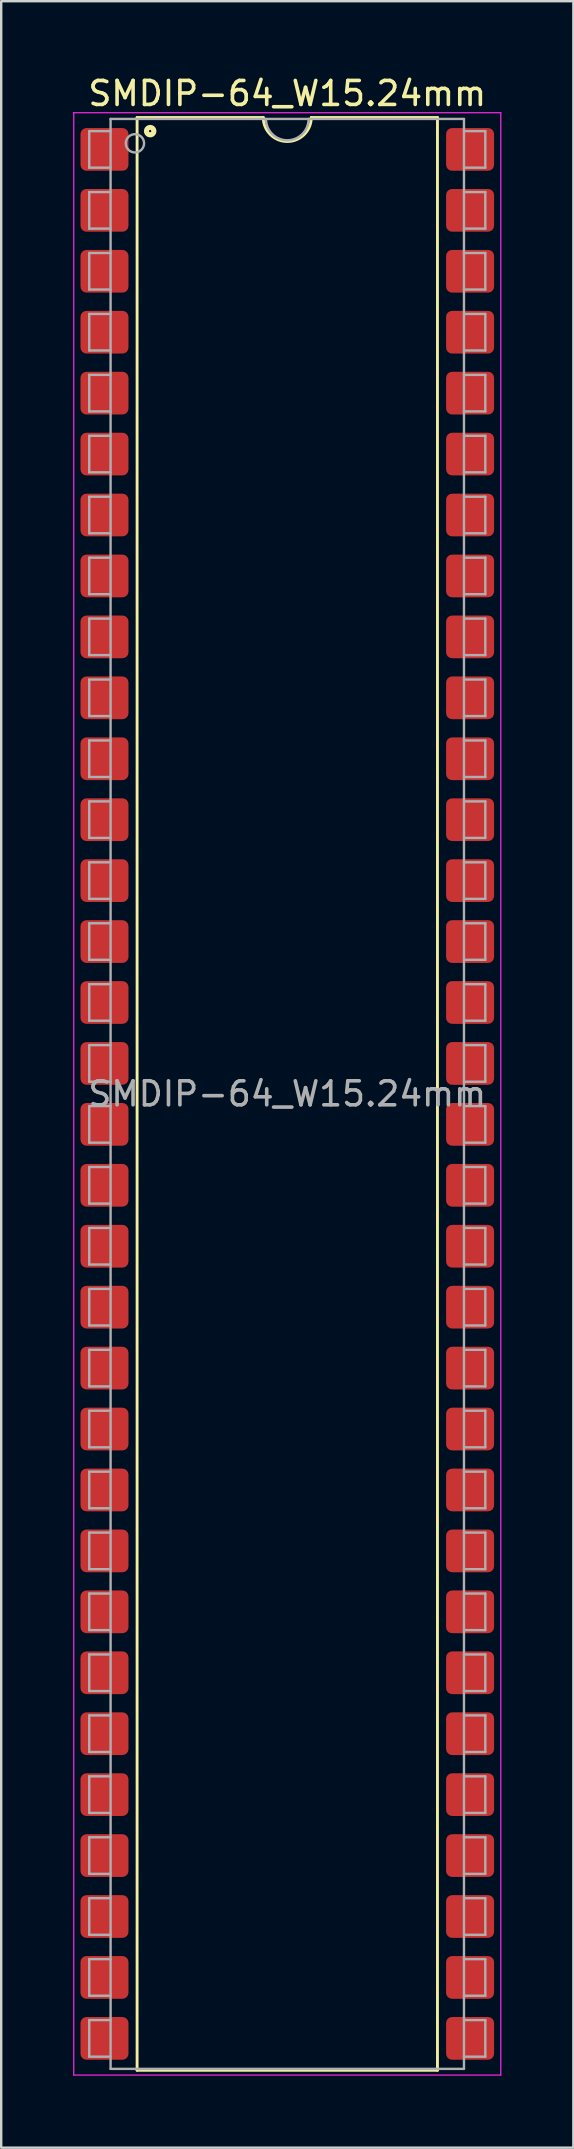
<source format=kicad_pcb>
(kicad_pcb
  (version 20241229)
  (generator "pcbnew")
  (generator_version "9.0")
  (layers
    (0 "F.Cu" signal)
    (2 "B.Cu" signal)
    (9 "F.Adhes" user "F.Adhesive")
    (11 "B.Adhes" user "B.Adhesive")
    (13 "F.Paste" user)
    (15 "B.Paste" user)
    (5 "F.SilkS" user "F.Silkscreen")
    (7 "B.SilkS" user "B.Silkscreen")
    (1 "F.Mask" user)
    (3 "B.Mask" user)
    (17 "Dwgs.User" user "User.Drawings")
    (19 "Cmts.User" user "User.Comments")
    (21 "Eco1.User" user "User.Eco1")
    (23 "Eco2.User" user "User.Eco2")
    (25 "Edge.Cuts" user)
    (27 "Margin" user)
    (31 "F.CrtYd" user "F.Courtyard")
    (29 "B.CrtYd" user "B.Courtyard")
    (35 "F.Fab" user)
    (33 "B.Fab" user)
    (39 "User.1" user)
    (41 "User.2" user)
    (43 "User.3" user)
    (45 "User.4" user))
  (footprint "SMDIP-64_W15.24mm"
    (layer "F.Cu")
    (at 8.925 42.548)
    (property "Reference" "SMDIP-64_W15.24mm" (at 0 -41.7 0) (layer "F.SilkS") (effects (font (size 1 1) (thickness 0.15))))
    (attr smd)
    (fp_line (start -6.26 -40.7) (end -6.26 40.7) (stroke (width 0.12) (type solid)) (layer "F.SilkS"))
    (fp_line (start -6.26 40.7) (end 6.26 40.7) (stroke (width 0.12) (type solid)) (layer "F.SilkS"))
    (fp_line (start -1 -40.7) (end -6.26 -40.7) (stroke (width 0.12) (type solid)) (layer "F.SilkS"))
    (fp_line (start 6.26 -40.7) (end 1 -40.7) (stroke (width 0.12) (type solid)) (layer "F.SilkS"))
    (fp_line (start 6.26 40.7) (end 6.26 -40.7) (stroke (width 0.12) (type solid)) (layer "F.SilkS"))
    (fp_arc (start 1 -40.7) (mid 0 -39.7) (end -1 -40.7) (stroke (width 0.12) (type solid)) (layer "F.SilkS"))
    (fp_circle (center -5.715 -40.132) (end -5.665 -40.132) (stroke (width 0.12) (type solid)) (fill no) (layer "F.SilkS"))
    (fp_circle (center -5.715 -40.132) (end -5.59 -40.132) (stroke (width 0.12) (type solid)) (fill no) (layer "F.SilkS"))
    (fp_circle (center -5.715 -40.132) (end -5.515 -40.132) (stroke (width 0.12) (type solid)) (fill no) (layer "F.SilkS"))
    (fp_line (start -8.9 -40.9) (end -8.9 40.9) (stroke (width 0.05) (type solid)) (layer "F.CrtYd"))
    (fp_line (start -8.9 40.9) (end 8.9 40.9) (stroke (width 0.05) (type solid)) (layer "F.CrtYd"))
    (fp_line (start 8.9 -40.9) (end -8.9 -40.9) (stroke (width 0.05) (type solid)) (layer "F.CrtYd"))
    (fp_line (start 8.9 40.9) (end 8.9 -40.9) (stroke (width 0.05) (type solid)) (layer "F.CrtYd"))
    (fp_line (start -8.255 -40.132) (end -8.255 -38.608) (stroke (width 0.1) (type solid)) (layer "F.Fab"))
    (fp_line (start -8.255 -40.132) (end -7.366 -40.132) (stroke (width 0.1) (type solid)) (layer "F.Fab"))
    (fp_line (start -8.255 -38.608) (end -7.366 -38.608) (stroke (width 0.1) (type solid)) (layer "F.Fab"))
    (fp_line (start -8.255 -37.592) (end -8.255 -36.068) (stroke (width 0.1) (type solid)) (layer "F.Fab"))
    (fp_line (start -8.255 -37.592) (end -7.366 -37.592) (stroke (width 0.1) (type solid)) (layer "F.Fab"))
    (fp_line (start -8.255 -36.068) (end -7.366 -36.068) (stroke (width 0.1) (type solid)) (layer "F.Fab"))
    (fp_line (start -8.255 -35.052) (end -8.255 -33.528) (stroke (width 0.1) (type solid)) (layer "F.Fab"))
    (fp_line (start -8.255 -35.052) (end -7.366 -35.052) (stroke (width 0.1) (type solid)) (layer "F.Fab"))
    (fp_line (start -8.255 -33.528) (end -7.366 -33.528) (stroke (width 0.1) (type solid)) (layer "F.Fab"))
    (fp_line (start -8.255 -32.512) (end -8.255 -30.988) (stroke (width 0.1) (type solid)) (layer "F.Fab"))
    (fp_line (start -8.255 -32.512) (end -7.366 -32.512) (stroke (width 0.1) (type solid)) (layer "F.Fab"))
    (fp_line (start -8.255 -30.988) (end -7.366 -30.988) (stroke (width 0.1) (type solid)) (layer "F.Fab"))
    (fp_line (start -8.255 -29.972) (end -8.255 -28.448) (stroke (width 0.1) (type solid)) (layer "F.Fab"))
    (fp_line (start -8.255 -29.972) (end -7.366 -29.972) (stroke (width 0.1) (type solid)) (layer "F.Fab"))
    (fp_line (start -8.255 -28.448) (end -7.366 -28.448) (stroke (width 0.1) (type solid)) (layer "F.Fab"))
    (fp_line (start -8.255 -27.432) (end -8.255 -25.908) (stroke (width 0.1) (type solid)) (layer "F.Fab"))
    (fp_line (start -8.255 -27.432) (end -7.366 -27.432) (stroke (width 0.1) (type solid)) (layer "F.Fab"))
    (fp_line (start -8.255 -25.908) (end -7.366 -25.908) (stroke (width 0.1) (type solid)) (layer "F.Fab"))
    (fp_line (start -8.255 -24.892) (end -8.255 -23.368) (stroke (width 0.1) (type solid)) (layer "F.Fab"))
    (fp_line (start -8.255 -24.892) (end -7.366 -24.892) (stroke (width 0.1) (type solid)) (layer "F.Fab"))
    (fp_line (start -8.255 -23.368) (end -7.366 -23.368) (stroke (width 0.1) (type solid)) (layer "F.Fab"))
    (fp_line (start -8.255 -22.352) (end -8.255 -20.828) (stroke (width 0.1) (type solid)) (layer "F.Fab"))
    (fp_line (start -8.255 -22.352) (end -7.366 -22.352) (stroke (width 0.1) (type solid)) (layer "F.Fab"))
    (fp_line (start -8.255 -20.828) (end -7.366 -20.828) (stroke (width 0.1) (type solid)) (layer "F.Fab"))
    (fp_line (start -8.255 -19.812) (end -8.255 -18.288) (stroke (width 0.1) (type solid)) (layer "F.Fab"))
    (fp_line (start -8.255 -19.812) (end -7.366 -19.812) (stroke (width 0.1) (type solid)) (layer "F.Fab"))
    (fp_line (start -8.255 -18.288) (end -7.366 -18.288) (stroke (width 0.1) (type solid)) (layer "F.Fab"))
    (fp_line (start -8.255 -17.272) (end -8.255 -15.748) (stroke (width 0.1) (type solid)) (layer "F.Fab"))
    (fp_line (start -8.255 -17.272) (end -7.366 -17.272) (stroke (width 0.1) (type solid)) (layer "F.Fab"))
    (fp_line (start -8.255 -15.748) (end -7.366 -15.748) (stroke (width 0.1) (type solid)) (layer "F.Fab"))
    (fp_line (start -8.255 -14.732) (end -8.255 -13.208) (stroke (width 0.1) (type solid)) (layer "F.Fab"))
    (fp_line (start -8.255 -14.732) (end -7.366 -14.732) (stroke (width 0.1) (type solid)) (layer "F.Fab"))
    (fp_line (start -8.255 -13.208) (end -7.366 -13.208) (stroke (width 0.1) (type solid)) (layer "F.Fab"))
    (fp_line (start -8.255 -12.192) (end -8.255 -10.668) (stroke (width 0.1) (type solid)) (layer "F.Fab"))
    (fp_line (start -8.255 -12.192) (end -7.366 -12.192) (stroke (width 0.1) (type solid)) (layer "F.Fab"))
    (fp_line (start -8.255 -10.668) (end -7.366 -10.668) (stroke (width 0.1) (type solid)) (layer "F.Fab"))
    (fp_line (start -8.255 -9.652) (end -8.255 -8.128) (stroke (width 0.1) (type solid)) (layer "F.Fab"))
    (fp_line (start -8.255 -9.652) (end -7.366 -9.652) (stroke (width 0.1) (type solid)) (layer "F.Fab"))
    (fp_line (start -8.255 -8.128) (end -7.366 -8.128) (stroke (width 0.1) (type solid)) (layer "F.Fab"))
    (fp_line (start -8.255 -7.112) (end -8.255 -5.588) (stroke (width 0.1) (type solid)) (layer "F.Fab"))
    (fp_line (start -8.255 -7.112) (end -7.366 -7.112) (stroke (width 0.1) (type solid)) (layer "F.Fab"))
    (fp_line (start -8.255 -5.588) (end -7.366 -5.588) (stroke (width 0.1) (type solid)) (layer "F.Fab"))
    (fp_line (start -8.255 -4.572) (end -8.255 -3.048) (stroke (width 0.1) (type solid)) (layer "F.Fab"))
    (fp_line (start -8.255 -4.572) (end -7.366 -4.572) (stroke (width 0.1) (type solid)) (layer "F.Fab"))
    (fp_line (start -8.255 -3.048) (end -7.366 -3.048) (stroke (width 0.1) (type solid)) (layer "F.Fab"))
    (fp_line (start -8.255 -2.032) (end -8.255 -0.508) (stroke (width 0.1) (type solid)) (layer "F.Fab"))
    (fp_line (start -8.255 -2.032) (end -7.366 -2.032) (stroke (width 0.1) (type solid)) (layer "F.Fab"))
    (fp_line (start -8.255 -0.508) (end -7.366 -0.508) (stroke (width 0.1) (type solid)) (layer "F.Fab"))
    (fp_line (start -8.255 0.508) (end -8.255 2.032) (stroke (width 0.1) (type solid)) (layer "F.Fab"))
    (fp_line (start -8.255 0.508) (end -7.366 0.508) (stroke (width 0.1) (type solid)) (layer "F.Fab"))
    (fp_line (start -8.255 2.032) (end -7.366 2.032) (stroke (width 0.1) (type solid)) (layer "F.Fab"))
    (fp_line (start -8.255 3.048) (end -8.255 4.572) (stroke (width 0.1) (type solid)) (layer "F.Fab"))
    (fp_line (start -8.255 3.048) (end -7.366 3.048) (stroke (width 0.1) (type solid)) (layer "F.Fab"))
    (fp_line (start -8.255 4.572) (end -7.366 4.572) (stroke (width 0.1) (type solid)) (layer "F.Fab"))
    (fp_line (start -8.255 5.588) (end -8.255 7.112) (stroke (width 0.1) (type solid)) (layer "F.Fab"))
    (fp_line (start -8.255 5.588) (end -7.366 5.588) (stroke (width 0.1) (type solid)) (layer "F.Fab"))
    (fp_line (start -8.255 7.112) (end -7.366 7.112) (stroke (width 0.1) (type solid)) (layer "F.Fab"))
    (fp_line (start -8.255 8.128) (end -8.255 9.652) (stroke (width 0.1) (type solid)) (layer "F.Fab"))
    (fp_line (start -8.255 8.128) (end -7.366 8.128) (stroke (width 0.1) (type solid)) (layer "F.Fab"))
    (fp_line (start -8.255 9.652) (end -7.366 9.652) (stroke (width 0.1) (type solid)) (layer "F.Fab"))
    (fp_line (start -8.255 10.668) (end -8.255 12.192) (stroke (width 0.1) (type solid)) (layer "F.Fab"))
    (fp_line (start -8.255 10.668) (end -7.366 10.668) (stroke (width 0.1) (type solid)) (layer "F.Fab"))
    (fp_line (start -8.255 12.192) (end -7.366 12.192) (stroke (width 0.1) (type solid)) (layer "F.Fab"))
    (fp_line (start -8.255 13.208) (end -8.255 14.732) (stroke (width 0.1) (type solid)) (layer "F.Fab"))
    (fp_line (start -8.255 13.208) (end -7.366 13.208) (stroke (width 0.1) (type solid)) (layer "F.Fab"))
    (fp_line (start -8.255 14.732) (end -7.366 14.732) (stroke (width 0.1) (type solid)) (layer "F.Fab"))
    (fp_line (start -8.255 15.748) (end -8.255 17.272) (stroke (width 0.1) (type solid)) (layer "F.Fab"))
    (fp_line (start -8.255 15.748) (end -7.366 15.748) (stroke (width 0.1) (type solid)) (layer "F.Fab"))
    (fp_line (start -8.255 17.272) (end -7.366 17.272) (stroke (width 0.1) (type solid)) (layer "F.Fab"))
    (fp_line (start -8.255 18.288) (end -8.255 19.812) (stroke (width 0.1) (type solid)) (layer "F.Fab"))
    (fp_line (start -8.255 18.288) (end -7.366 18.288) (stroke (width 0.1) (type solid)) (layer "F.Fab"))
    (fp_line (start -8.255 19.812) (end -7.366 19.812) (stroke (width 0.1) (type solid)) (layer "F.Fab"))
    (fp_line (start -8.255 20.828) (end -8.255 22.352) (stroke (width 0.1) (type solid)) (layer "F.Fab"))
    (fp_line (start -8.255 20.828) (end -7.366 20.828) (stroke (width 0.1) (type solid)) (layer "F.Fab"))
    (fp_line (start -8.255 22.352) (end -7.366 22.352) (stroke (width 0.1) (type solid)) (layer "F.Fab"))
    (fp_line (start -8.255 23.368) (end -8.255 24.892) (stroke (width 0.1) (type solid)) (layer "F.Fab"))
    (fp_line (start -8.255 23.368) (end -7.366 23.368) (stroke (width 0.1) (type solid)) (layer "F.Fab"))
    (fp_line (start -8.255 24.892) (end -7.366 24.892) (stroke (width 0.1) (type solid)) (layer "F.Fab"))
    (fp_line (start -8.255 25.908) (end -8.255 27.432) (stroke (width 0.1) (type solid)) (layer "F.Fab"))
    (fp_line (start -8.255 25.908) (end -7.366 25.908) (stroke (width 0.1) (type solid)) (layer "F.Fab"))
    (fp_line (start -8.255 27.432) (end -7.366 27.432) (stroke (width 0.1) (type solid)) (layer "F.Fab"))
    (fp_line (start -8.255 28.448) (end -8.255 29.972) (stroke (width 0.1) (type solid)) (layer "F.Fab"))
    (fp_line (start -8.255 28.448) (end -7.366 28.448) (stroke (width 0.1) (type solid)) (layer "F.Fab"))
    (fp_line (start -8.255 29.972) (end -7.366 29.972) (stroke (width 0.1) (type solid)) (layer "F.Fab"))
    (fp_line (start -8.255 30.988) (end -8.255 32.512) (stroke (width 0.1) (type solid)) (layer "F.Fab"))
    (fp_line (start -8.255 30.988) (end -7.366 30.988) (stroke (width 0.1) (type solid)) (layer "F.Fab"))
    (fp_line (start -8.255 32.512) (end -7.366 32.512) (stroke (width 0.1) (type solid)) (layer "F.Fab"))
    (fp_line (start -8.255 33.528) (end -8.255 35.052) (stroke (width 0.1) (type solid)) (layer "F.Fab"))
    (fp_line (start -8.255 33.528) (end -7.366 33.528) (stroke (width 0.1) (type solid)) (layer "F.Fab"))
    (fp_line (start -8.255 35.052) (end -7.366 35.052) (stroke (width 0.1) (type solid)) (layer "F.Fab"))
    (fp_line (start -8.255 36.068) (end -8.255 37.592) (stroke (width 0.1) (type solid)) (layer "F.Fab"))
    (fp_line (start -8.255 36.068) (end -7.366 36.068) (stroke (width 0.1) (type solid)) (layer "F.Fab"))
    (fp_line (start -8.255 37.592) (end -7.366 37.592) (stroke (width 0.1) (type solid)) (layer "F.Fab"))
    (fp_line (start -8.255 38.608) (end -8.255 40.132) (stroke (width 0.1) (type solid)) (layer "F.Fab"))
    (fp_line (start -8.255 38.608) (end -7.366 38.608) (stroke (width 0.1) (type solid)) (layer "F.Fab"))
    (fp_line (start -8.255 40.132) (end -7.366 40.132) (stroke (width 0.1) (type solid)) (layer "F.Fab"))
    (fp_line (start -7.366 -40.64) (end 7.365 -40.64) (stroke (width 0.1) (type solid)) (layer "F.Fab"))
    (fp_line (start -7.365 40.64) (end -7.366 -40.64) (stroke (width 0.1) (type solid)) (layer "F.Fab"))
    (fp_line (start 7.365 -40.64) (end 7.365 40.64) (stroke (width 0.1) (type solid)) (layer "F.Fab"))
    (fp_line (start 7.365 40.64) (end -7.365 40.64) (stroke (width 0.1) (type solid)) (layer "F.Fab"))
    (fp_line (start 8.255 -40.132) (end 7.366 -40.132) (stroke (width 0.1) (type solid)) (layer "F.Fab"))
    (fp_line (start 8.255 -38.608) (end 7.366 -38.608) (stroke (width 0.1) (type solid)) (layer "F.Fab"))
    (fp_line (start 8.255 -38.608) (end 8.255 -40.132) (stroke (width 0.1) (type solid)) (layer "F.Fab"))
    (fp_line (start 8.255 -37.592) (end 7.366 -37.592) (stroke (width 0.1) (type solid)) (layer "F.Fab"))
    (fp_line (start 8.255 -36.068) (end 7.366 -36.068) (stroke (width 0.1) (type solid)) (layer "F.Fab"))
    (fp_line (start 8.255 -36.068) (end 8.255 -37.592) (stroke (width 0.1) (type solid)) (layer "F.Fab"))
    (fp_line (start 8.255 -35.052) (end 7.366 -35.052) (stroke (width 0.1) (type solid)) (layer "F.Fab"))
    (fp_line (start 8.255 -33.528) (end 7.366 -33.528) (stroke (width 0.1) (type solid)) (layer "F.Fab"))
    (fp_line (start 8.255 -33.528) (end 8.255 -35.052) (stroke (width 0.1) (type solid)) (layer "F.Fab"))
    (fp_line (start 8.255 -32.512) (end 7.366 -32.512) (stroke (width 0.1) (type solid)) (layer "F.Fab"))
    (fp_line (start 8.255 -30.988) (end 7.366 -30.988) (stroke (width 0.1) (type solid)) (layer "F.Fab"))
    (fp_line (start 8.255 -30.988) (end 8.255 -32.512) (stroke (width 0.1) (type solid)) (layer "F.Fab"))
    (fp_line (start 8.255 -29.972) (end 7.366 -29.972) (stroke (width 0.1) (type solid)) (layer "F.Fab"))
    (fp_line (start 8.255 -28.448) (end 7.366 -28.448) (stroke (width 0.1) (type solid)) (layer "F.Fab"))
    (fp_line (start 8.255 -28.448) (end 8.255 -29.972) (stroke (width 0.1) (type solid)) (layer "F.Fab"))
    (fp_line (start 8.255 -27.432) (end 7.366 -27.432) (stroke (width 0.1) (type solid)) (layer "F.Fab"))
    (fp_line (start 8.255 -25.908) (end 7.366 -25.908) (stroke (width 0.1) (type solid)) (layer "F.Fab"))
    (fp_line (start 8.255 -25.908) (end 8.255 -27.432) (stroke (width 0.1) (type solid)) (layer "F.Fab"))
    (fp_line (start 8.255 -24.892) (end 7.366 -24.892) (stroke (width 0.1) (type solid)) (layer "F.Fab"))
    (fp_line (start 8.255 -23.368) (end 7.366 -23.368) (stroke (width 0.1) (type solid)) (layer "F.Fab"))
    (fp_line (start 8.255 -23.368) (end 8.255 -24.892) (stroke (width 0.1) (type solid)) (layer "F.Fab"))
    (fp_line (start 8.255 -22.352) (end 7.366 -22.352) (stroke (width 0.1) (type solid)) (layer "F.Fab"))
    (fp_line (start 8.255 -20.828) (end 7.366 -20.828) (stroke (width 0.1) (type solid)) (layer "F.Fab"))
    (fp_line (start 8.255 -20.828) (end 8.255 -22.352) (stroke (width 0.1) (type solid)) (layer "F.Fab"))
    (fp_line (start 8.255 -19.812) (end 7.366 -19.812) (stroke (width 0.1) (type solid)) (layer "F.Fab"))
    (fp_line (start 8.255 -18.288) (end 7.366 -18.288) (stroke (width 0.1) (type solid)) (layer "F.Fab"))
    (fp_line (start 8.255 -18.288) (end 8.255 -19.812) (stroke (width 0.1) (type solid)) (layer "F.Fab"))
    (fp_line (start 8.255 -17.272) (end 7.366 -17.272) (stroke (width 0.1) (type solid)) (layer "F.Fab"))
    (fp_line (start 8.255 -15.748) (end 7.366 -15.748) (stroke (width 0.1) (type solid)) (layer "F.Fab"))
    (fp_line (start 8.255 -15.748) (end 8.255 -17.272) (stroke (width 0.1) (type solid)) (layer "F.Fab"))
    (fp_line (start 8.255 -14.732) (end 7.366 -14.732) (stroke (width 0.1) (type solid)) (layer "F.Fab"))
    (fp_line (start 8.255 -13.208) (end 7.366 -13.208) (stroke (width 0.1) (type solid)) (layer "F.Fab"))
    (fp_line (start 8.255 -13.208) (end 8.255 -14.732) (stroke (width 0.1) (type solid)) (layer "F.Fab"))
    (fp_line (start 8.255 -12.192) (end 7.366 -12.192) (stroke (width 0.1) (type solid)) (layer "F.Fab"))
    (fp_line (start 8.255 -10.668) (end 7.366 -10.668) (stroke (width 0.1) (type solid)) (layer "F.Fab"))
    (fp_line (start 8.255 -10.668) (end 8.255 -12.192) (stroke (width 0.1) (type solid)) (layer "F.Fab"))
    (fp_line (start 8.255 -9.652) (end 7.366 -9.652) (stroke (width 0.1) (type solid)) (layer "F.Fab"))
    (fp_line (start 8.255 -8.128) (end 7.366 -8.128) (stroke (width 0.1) (type solid)) (layer "F.Fab"))
    (fp_line (start 8.255 -8.128) (end 8.255 -9.652) (stroke (width 0.1) (type solid)) (layer "F.Fab"))
    (fp_line (start 8.255 -7.112) (end 7.366 -7.112) (stroke (width 0.1) (type solid)) (layer "F.Fab"))
    (fp_line (start 8.255 -5.588) (end 7.366 -5.588) (stroke (width 0.1) (type solid)) (layer "F.Fab"))
    (fp_line (start 8.255 -5.588) (end 8.255 -7.112) (stroke (width 0.1) (type solid)) (layer "F.Fab"))
    (fp_line (start 8.255 -4.572) (end 7.366 -4.572) (stroke (width 0.1) (type solid)) (layer "F.Fab"))
    (fp_line (start 8.255 -3.048) (end 7.366 -3.048) (stroke (width 0.1) (type solid)) (layer "F.Fab"))
    (fp_line (start 8.255 -3.048) (end 8.255 -4.572) (stroke (width 0.1) (type solid)) (layer "F.Fab"))
    (fp_line (start 8.255 -2.032) (end 7.366 -2.032) (stroke (width 0.1) (type solid)) (layer "F.Fab"))
    (fp_line (start 8.255 -0.508) (end 7.366 -0.508) (stroke (width 0.1) (type solid)) (layer "F.Fab"))
    (fp_line (start 8.255 -0.508) (end 8.255 -2.032) (stroke (width 0.1) (type solid)) (layer "F.Fab"))
    (fp_line (start 8.255 0.508) (end 7.366 0.508) (stroke (width 0.1) (type solid)) (layer "F.Fab"))
    (fp_line (start 8.255 2.032) (end 7.366 2.032) (stroke (width 0.1) (type solid)) (layer "F.Fab"))
    (fp_line (start 8.255 2.032) (end 8.255 0.508) (stroke (width 0.1) (type solid)) (layer "F.Fab"))
    (fp_line (start 8.255 3.048) (end 7.366 3.048) (stroke (width 0.1) (type solid)) (layer "F.Fab"))
    (fp_line (start 8.255 4.572) (end 7.366 4.572) (stroke (width 0.1) (type solid)) (layer "F.Fab"))
    (fp_line (start 8.255 4.572) (end 8.255 3.048) (stroke (width 0.1) (type solid)) (layer "F.Fab"))
    (fp_line (start 8.255 5.588) (end 7.366 5.588) (stroke (width 0.1) (type solid)) (layer "F.Fab"))
    (fp_line (start 8.255 7.112) (end 7.366 7.112) (stroke (width 0.1) (type solid)) (layer "F.Fab"))
    (fp_line (start 8.255 7.112) (end 8.255 5.588) (stroke (width 0.1) (type solid)) (layer "F.Fab"))
    (fp_line (start 8.255 8.128) (end 7.366 8.128) (stroke (width 0.1) (type solid)) (layer "F.Fab"))
    (fp_line (start 8.255 9.652) (end 7.366 9.652) (stroke (width 0.1) (type solid)) (layer "F.Fab"))
    (fp_line (start 8.255 9.652) (end 8.255 8.128) (stroke (width 0.1) (type solid)) (layer "F.Fab"))
    (fp_line (start 8.255 10.668) (end 7.366 10.668) (stroke (width 0.1) (type solid)) (layer "F.Fab"))
    (fp_line (start 8.255 12.192) (end 7.366 12.192) (stroke (width 0.1) (type solid)) (layer "F.Fab"))
    (fp_line (start 8.255 12.192) (end 8.255 10.668) (stroke (width 0.1) (type solid)) (layer "F.Fab"))
    (fp_line (start 8.255 13.208) (end 7.366 13.208) (stroke (width 0.1) (type solid)) (layer "F.Fab"))
    (fp_line (start 8.255 14.732) (end 7.366 14.732) (stroke (width 0.1) (type solid)) (layer "F.Fab"))
    (fp_line (start 8.255 14.732) (end 8.255 13.208) (stroke (width 0.1) (type solid)) (layer "F.Fab"))
    (fp_line (start 8.255 15.748) (end 7.366 15.748) (stroke (width 0.1) (type solid)) (layer "F.Fab"))
    (fp_line (start 8.255 17.272) (end 7.366 17.272) (stroke (width 0.1) (type solid)) (layer "F.Fab"))
    (fp_line (start 8.255 17.272) (end 8.255 15.748) (stroke (width 0.1) (type solid)) (layer "F.Fab"))
    (fp_line (start 8.255 18.288) (end 7.366 18.288) (stroke (width 0.1) (type solid)) (layer "F.Fab"))
    (fp_line (start 8.255 19.812) (end 7.366 19.812) (stroke (width 0.1) (type solid)) (layer "F.Fab"))
    (fp_line (start 8.255 19.812) (end 8.255 18.288) (stroke (width 0.1) (type solid)) (layer "F.Fab"))
    (fp_line (start 8.255 20.828) (end 7.366 20.828) (stroke (width 0.1) (type solid)) (layer "F.Fab"))
    (fp_line (start 8.255 22.352) (end 7.366 22.352) (stroke (width 0.1) (type solid)) (layer "F.Fab"))
    (fp_line (start 8.255 22.352) (end 8.255 20.828) (stroke (width 0.1) (type solid)) (layer "F.Fab"))
    (fp_line (start 8.255 23.368) (end 7.366 23.368) (stroke (width 0.1) (type solid)) (layer "F.Fab"))
    (fp_line (start 8.255 24.892) (end 7.366 24.892) (stroke (width 0.1) (type solid)) (layer "F.Fab"))
    (fp_line (start 8.255 24.892) (end 8.255 23.368) (stroke (width 0.1) (type solid)) (layer "F.Fab"))
    (fp_line (start 8.255 25.908) (end 7.366 25.908) (stroke (width 0.1) (type solid)) (layer "F.Fab"))
    (fp_line (start 8.255 27.432) (end 7.366 27.432) (stroke (width 0.1) (type solid)) (layer "F.Fab"))
    (fp_line (start 8.255 27.432) (end 8.255 25.908) (stroke (width 0.1) (type solid)) (layer "F.Fab"))
    (fp_line (start 8.255 28.448) (end 7.366 28.448) (stroke (width 0.1) (type solid)) (layer "F.Fab"))
    (fp_line (start 8.255 29.972) (end 7.366 29.972) (stroke (width 0.1) (type solid)) (layer "F.Fab"))
    (fp_line (start 8.255 29.972) (end 8.255 28.448) (stroke (width 0.1) (type solid)) (layer "F.Fab"))
    (fp_line (start 8.255 30.988) (end 7.366 30.988) (stroke (width 0.1) (type solid)) (layer "F.Fab"))
    (fp_line (start 8.255 32.512) (end 7.366 32.512) (stroke (width 0.1) (type solid)) (layer "F.Fab"))
    (fp_line (start 8.255 32.512) (end 8.255 30.988) (stroke (width 0.1) (type solid)) (layer "F.Fab"))
    (fp_line (start 8.255 33.528) (end 7.366 33.528) (stroke (width 0.1) (type solid)) (layer "F.Fab"))
    (fp_line (start 8.255 35.052) (end 7.366 35.052) (stroke (width 0.1) (type solid)) (layer "F.Fab"))
    (fp_line (start 8.255 35.052) (end 8.255 33.528) (stroke (width 0.1) (type solid)) (layer "F.Fab"))
    (fp_line (start 8.255 36.068) (end 7.366 36.068) (stroke (width 0.1) (type solid)) (layer "F.Fab"))
    (fp_line (start 8.255 37.592) (end 7.366 37.592) (stroke (width 0.1) (type solid)) (layer "F.Fab"))
    (fp_line (start 8.255 37.592) (end 8.255 36.068) (stroke (width 0.1) (type solid)) (layer "F.Fab"))
    (fp_line (start 8.255 38.608) (end 7.366 38.608) (stroke (width 0.1) (type solid)) (layer "F.Fab"))
    (fp_line (start 8.255 40.132) (end 7.366 40.132) (stroke (width 0.1) (type solid)) (layer "F.Fab"))
    (fp_line (start 8.255 40.132) (end 8.255 38.608) (stroke (width 0.1) (type solid)) (layer "F.Fab"))
    (fp_arc (start 0.889 -40.64) (mid 0 -39.751) (end -0.889 -40.64) (stroke (width 0.1) (type solid)) (layer "F.Fab"))
    (fp_circle (center -6.35 -39.624) (end -5.969 -39.624) (stroke (width 0.1) (type solid)) (fill no) (layer "F.Fab"))
    (fp_text user "${REFERENCE}" (at 0 0 0) (layer "F.Fab") (effects (font (size 1 1) (thickness 0.15))))
    (pad "1" smd roundrect (at -7.62 -39.37) (size 2 1.78) (layers "F.Cu" "F.Mask" "F.Paste") (roundrect_rratio 0.14))
    (pad "2" smd roundrect (at -7.62 -36.83) (size 2 1.78) (layers "F.Cu" "F.Mask" "F.Paste") (roundrect_rratio 0.14))
    (pad "3" smd roundrect (at -7.62 -34.29) (size 2 1.78) (layers "F.Cu" "F.Mask" "F.Paste") (roundrect_rratio 0.14))
    (pad "4" smd roundrect (at -7.62 -31.75) (size 2 1.78) (layers "F.Cu" "F.Mask" "F.Paste") (roundrect_rratio 0.14))
    (pad "5" smd roundrect (at -7.62 -29.21) (size 2 1.78) (layers "F.Cu" "F.Mask" "F.Paste") (roundrect_rratio 0.14))
    (pad "6" smd roundrect (at -7.62 -26.67) (size 2 1.78) (layers "F.Cu" "F.Mask" "F.Paste") (roundrect_rratio 0.14))
    (pad "7" smd roundrect (at -7.62 -24.13) (size 2 1.78) (layers "F.Cu" "F.Mask" "F.Paste") (roundrect_rratio 0.14))
    (pad "8" smd roundrect (at -7.62 -21.59) (size 2 1.78) (layers "F.Cu" "F.Mask" "F.Paste") (roundrect_rratio 0.14))
    (pad "9" smd roundrect (at -7.62 -19.05) (size 2 1.78) (layers "F.Cu" "F.Mask" "F.Paste") (roundrect_rratio 0.14))
    (pad "10" smd roundrect (at -7.62 -16.51) (size 2 1.78) (layers "F.Cu" "F.Mask" "F.Paste") (roundrect_rratio 0.14))
    (pad "11" smd roundrect (at -7.62 -13.97) (size 2 1.78) (layers "F.Cu" "F.Mask" "F.Paste") (roundrect_rratio 0.14))
    (pad "12" smd roundrect (at -7.62 -11.43) (size 2 1.78) (layers "F.Cu" "F.Mask" "F.Paste") (roundrect_rratio 0.14))
    (pad "13" smd roundrect (at -7.62 -8.89) (size 2 1.78) (layers "F.Cu" "F.Mask" "F.Paste") (roundrect_rratio 0.14))
    (pad "14" smd roundrect (at -7.62 -6.35) (size 2 1.78) (layers "F.Cu" "F.Mask" "F.Paste") (roundrect_rratio 0.14))
    (pad "15" smd roundrect (at -7.62 -3.81) (size 2 1.78) (layers "F.Cu" "F.Mask" "F.Paste") (roundrect_rratio 0.14))
    (pad "16" smd roundrect (at -7.62 -1.27) (size 2 1.78) (layers "F.Cu" "F.Mask" "F.Paste") (roundrect_rratio 0.14))
    (pad "17" smd roundrect (at -7.62 1.27) (size 2 1.78) (layers "F.Cu" "F.Mask" "F.Paste") (roundrect_rratio 0.14))
    (pad "18" smd roundrect (at -7.62 3.81) (size 2 1.78) (layers "F.Cu" "F.Mask" "F.Paste") (roundrect_rratio 0.14))
    (pad "19" smd roundrect (at -7.62 6.35) (size 2 1.78) (layers "F.Cu" "F.Mask" "F.Paste") (roundrect_rratio 0.14))
    (pad "20" smd roundrect (at -7.62 8.89) (size 2 1.78) (layers "F.Cu" "F.Mask" "F.Paste") (roundrect_rratio 0.14))
    (pad "21" smd roundrect (at -7.62 11.43) (size 2 1.78) (layers "F.Cu" "F.Mask" "F.Paste") (roundrect_rratio 0.14))
    (pad "22" smd roundrect (at -7.62 13.97) (size 2 1.78) (layers "F.Cu" "F.Mask" "F.Paste") (roundrect_rratio 0.14))
    (pad "23" smd roundrect (at -7.62 16.51) (size 2 1.78) (layers "F.Cu" "F.Mask" "F.Paste") (roundrect_rratio 0.14))
    (pad "24" smd roundrect (at -7.62 19.05) (size 2 1.78) (layers "F.Cu" "F.Mask" "F.Paste") (roundrect_rratio 0.14))
    (pad "25" smd roundrect (at -7.62 21.59) (size 2 1.78) (layers "F.Cu" "F.Mask" "F.Paste") (roundrect_rratio 0.14))
    (pad "26" smd roundrect (at -7.62 24.13) (size 2 1.78) (layers "F.Cu" "F.Mask" "F.Paste") (roundrect_rratio 0.14))
    (pad "27" smd roundrect (at -7.62 26.67) (size 2 1.78) (layers "F.Cu" "F.Mask" "F.Paste") (roundrect_rratio 0.14))
    (pad "28" smd roundrect (at -7.62 29.21) (size 2 1.78) (layers "F.Cu" "F.Mask" "F.Paste") (roundrect_rratio 0.14))
    (pad "29" smd roundrect (at -7.62 31.75) (size 2 1.78) (layers "F.Cu" "F.Mask" "F.Paste") (roundrect_rratio 0.14))
    (pad "30" smd roundrect (at -7.62 34.29) (size 2 1.78) (layers "F.Cu" "F.Mask" "F.Paste") (roundrect_rratio 0.14))
    (pad "31" smd roundrect (at -7.62 36.83) (size 2 1.78) (layers "F.Cu" "F.Mask" "F.Paste") (roundrect_rratio 0.14))
    (pad "32" smd roundrect (at -7.62 39.37) (size 2 1.78) (layers "F.Cu" "F.Mask" "F.Paste") (roundrect_rratio 0.14))
    (pad "33" smd roundrect (at 7.62 39.37) (size 2 1.78) (layers "F.Cu" "F.Mask" "F.Paste") (roundrect_rratio 0.14))
    (pad "34" smd roundrect (at 7.62 36.83) (size 2 1.78) (layers "F.Cu" "F.Mask" "F.Paste") (roundrect_rratio 0.14))
    (pad "35" smd roundrect (at 7.62 34.29) (size 2 1.78) (layers "F.Cu" "F.Mask" "F.Paste") (roundrect_rratio 0.14))
    (pad "36" smd roundrect (at 7.62 31.75) (size 2 1.78) (layers "F.Cu" "F.Mask" "F.Paste") (roundrect_rratio 0.14))
    (pad "37" smd roundrect (at 7.62 29.21) (size 2 1.78) (layers "F.Cu" "F.Mask" "F.Paste") (roundrect_rratio 0.14))
    (pad "38" smd roundrect (at 7.62 26.67) (size 2 1.78) (layers "F.Cu" "F.Mask" "F.Paste") (roundrect_rratio 0.14))
    (pad "39" smd roundrect (at 7.62 24.13) (size 2 1.78) (layers "F.Cu" "F.Mask" "F.Paste") (roundrect_rratio 0.14))
    (pad "40" smd roundrect (at 7.62 21.59) (size 2 1.78) (layers "F.Cu" "F.Mask" "F.Paste") (roundrect_rratio 0.14))
    (pad "41" smd roundrect (at 7.62 19.05) (size 2 1.78) (layers "F.Cu" "F.Mask" "F.Paste") (roundrect_rratio 0.14))
    (pad "42" smd roundrect (at 7.62 16.51) (size 2 1.78) (layers "F.Cu" "F.Mask" "F.Paste") (roundrect_rratio 0.14))
    (pad "43" smd roundrect (at 7.62 13.97) (size 2 1.78) (layers "F.Cu" "F.Mask" "F.Paste") (roundrect_rratio 0.14))
    (pad "44" smd roundrect (at 7.62 11.43) (size 2 1.78) (layers "F.Cu" "F.Mask" "F.Paste") (roundrect_rratio 0.14))
    (pad "45" smd roundrect (at 7.62 8.89) (size 2 1.78) (layers "F.Cu" "F.Mask" "F.Paste") (roundrect_rratio 0.14))
    (pad "46" smd roundrect (at 7.62 6.35) (size 2 1.78) (layers "F.Cu" "F.Mask" "F.Paste") (roundrect_rratio 0.14))
    (pad "47" smd roundrect (at 7.62 3.81) (size 2 1.78) (layers "F.Cu" "F.Mask" "F.Paste") (roundrect_rratio 0.14))
    (pad "48" smd roundrect (at 7.62 1.27) (size 2 1.78) (layers "F.Cu" "F.Mask" "F.Paste") (roundrect_rratio 0.14))
    (pad "49" smd roundrect (at 7.62 -1.27) (size 2 1.78) (layers "F.Cu" "F.Mask" "F.Paste") (roundrect_rratio 0.14))
    (pad "50" smd roundrect (at 7.62 -3.81) (size 2 1.78) (layers "F.Cu" "F.Mask" "F.Paste") (roundrect_rratio 0.14))
    (pad "51" smd roundrect (at 7.62 -6.35) (size 2 1.78) (layers "F.Cu" "F.Mask" "F.Paste") (roundrect_rratio 0.14))
    (pad "52" smd roundrect (at 7.62 -8.89) (size 2 1.78) (layers "F.Cu" "F.Mask" "F.Paste") (roundrect_rratio 0.14))
    (pad "53" smd roundrect (at 7.62 -11.43) (size 2 1.78) (layers "F.Cu" "F.Mask" "F.Paste") (roundrect_rratio 0.14))
    (pad "54" smd roundrect (at 7.62 -13.97) (size 2 1.78) (layers "F.Cu" "F.Mask" "F.Paste") (roundrect_rratio 0.14))
    (pad "55" smd roundrect (at 7.62 -16.51) (size 2 1.78) (layers "F.Cu" "F.Mask" "F.Paste") (roundrect_rratio 0.14))
    (pad "56" smd roundrect (at 7.62 -19.05) (size 2 1.78) (layers "F.Cu" "F.Mask" "F.Paste") (roundrect_rratio 0.14))
    (pad "57" smd roundrect (at 7.62 -21.59) (size 2 1.78) (layers "F.Cu" "F.Mask" "F.Paste") (roundrect_rratio 0.14))
    (pad "58" smd roundrect (at 7.62 -24.13) (size 2 1.78) (layers "F.Cu" "F.Mask" "F.Paste") (roundrect_rratio 0.14))
    (pad "59" smd roundrect (at 7.62 -26.67) (size 2 1.78) (layers "F.Cu" "F.Mask" "F.Paste") (roundrect_rratio 0.14))
    (pad "60" smd roundrect (at 7.62 -29.21) (size 2 1.78) (layers "F.Cu" "F.Mask" "F.Paste") (roundrect_rratio 0.14))
    (pad "61" smd roundrect (at 7.62 -31.75) (size 2 1.78) (layers "F.Cu" "F.Mask" "F.Paste") (roundrect_rratio 0.14))
    (pad "62" smd roundrect (at 7.62 -34.29) (size 2 1.78) (layers "F.Cu" "F.Mask" "F.Paste") (roundrect_rratio 0.14))
    (pad "63" smd roundrect (at 7.62 -36.83) (size 2 1.78) (layers "F.Cu" "F.Mask" "F.Paste") (roundrect_rratio 0.14))
    (pad "64" smd roundrect (at 7.62 -39.37) (size 2 1.78) (layers "F.Cu" "F.Mask" "F.Paste") (roundrect_rratio 0.14)))
  (gr_rect
    (start -3 -3)
    (end 20.85 86.473)
    (stroke (width 0.1) (type default))
    (fill no)
    (layer "Edge.Cuts")))
</source>
